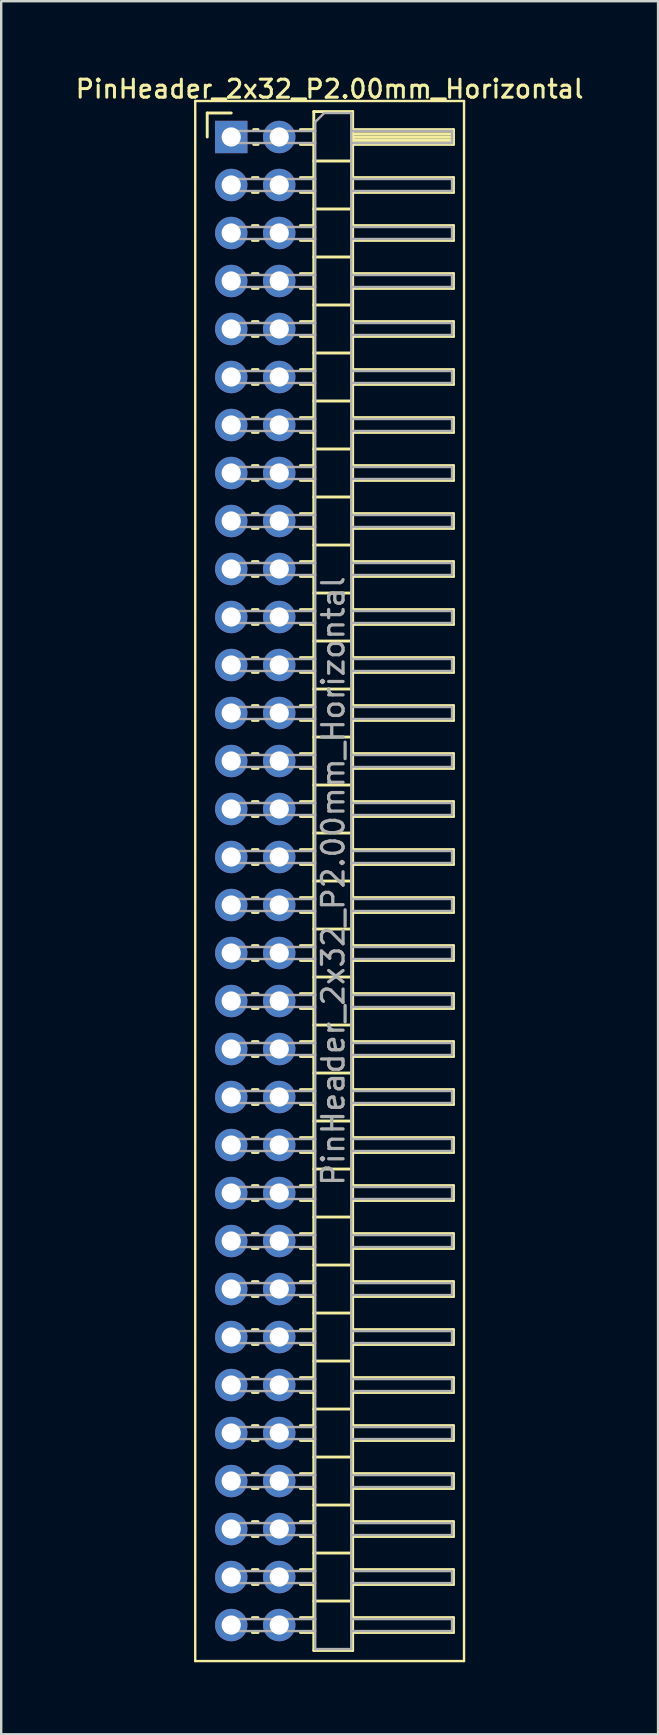
<source format=kicad_pcb>
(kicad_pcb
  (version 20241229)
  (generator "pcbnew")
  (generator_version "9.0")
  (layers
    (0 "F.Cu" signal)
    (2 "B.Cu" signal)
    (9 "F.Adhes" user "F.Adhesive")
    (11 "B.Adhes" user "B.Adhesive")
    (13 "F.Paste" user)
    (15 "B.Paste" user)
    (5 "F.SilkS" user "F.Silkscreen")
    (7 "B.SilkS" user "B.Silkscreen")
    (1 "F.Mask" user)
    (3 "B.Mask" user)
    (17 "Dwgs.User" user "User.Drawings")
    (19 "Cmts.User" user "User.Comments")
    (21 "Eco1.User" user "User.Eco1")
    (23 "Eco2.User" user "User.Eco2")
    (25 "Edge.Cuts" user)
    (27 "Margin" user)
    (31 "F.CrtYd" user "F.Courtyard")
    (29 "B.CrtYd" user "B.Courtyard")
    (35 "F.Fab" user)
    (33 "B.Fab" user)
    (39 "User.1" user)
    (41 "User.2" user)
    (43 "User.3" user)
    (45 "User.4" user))
  (footprint "PinHeader_2x32_P2.00mm_Horizontal"
    (layer "F.Cu")
    (at 6.584 2.658)
    (property "Reference" "PinHeader_2x32_P2.00mm_Horizontal" (at 4.1 -2 0) (layer "F.SilkS") (effects (font (size 0.75 0.75) (thickness 0.125))))
    (attr through_hole)
    (fp_line (start -1.5 -1.5) (end -1.5 63.5) (stroke (width 0.1) (type solid)) (layer "F.SilkS"))
    (fp_line (start -1.5 63.5) (end 9.7 63.5) (stroke (width 0.1) (type solid)) (layer "F.SilkS"))
    (fp_line (start -1 -1) (end 0 -1) (stroke (width 0.12) (type solid)) (layer "F.SilkS"))
    (fp_line (start -1 0) (end -1 -1) (stroke (width 0.12) (type solid)) (layer "F.SilkS"))
    (fp_line (start 0.882 1.69) (end 1.118 1.69) (stroke (width 0.12) (type solid)) (layer "F.SilkS"))
    (fp_line (start 0.882 2.31) (end 1.118 2.31) (stroke (width 0.12) (type solid)) (layer "F.SilkS"))
    (fp_line (start 0.882 3.69) (end 1.118 3.69) (stroke (width 0.12) (type solid)) (layer "F.SilkS"))
    (fp_line (start 0.882 4.31) (end 1.118 4.31) (stroke (width 0.12) (type solid)) (layer "F.SilkS"))
    (fp_line (start 0.882 5.69) (end 1.118 5.69) (stroke (width 0.12) (type solid)) (layer "F.SilkS"))
    (fp_line (start 0.882 6.31) (end 1.118 6.31) (stroke (width 0.12) (type solid)) (layer "F.SilkS"))
    (fp_line (start 0.882 7.69) (end 1.118 7.69) (stroke (width 0.12) (type solid)) (layer "F.SilkS"))
    (fp_line (start 0.882 8.31) (end 1.118 8.31) (stroke (width 0.12) (type solid)) (layer "F.SilkS"))
    (fp_line (start 0.882 9.69) (end 1.118 9.69) (stroke (width 0.12) (type solid)) (layer "F.SilkS"))
    (fp_line (start 0.882 10.31) (end 1.118 10.31) (stroke (width 0.12) (type solid)) (layer "F.SilkS"))
    (fp_line (start 0.882 11.69) (end 1.118 11.69) (stroke (width 0.12) (type solid)) (layer "F.SilkS"))
    (fp_line (start 0.882 12.31) (end 1.118 12.31) (stroke (width 0.12) (type solid)) (layer "F.SilkS"))
    (fp_line (start 0.882 13.69) (end 1.118 13.69) (stroke (width 0.12) (type solid)) (layer "F.SilkS"))
    (fp_line (start 0.882 14.31) (end 1.118 14.31) (stroke (width 0.12) (type solid)) (layer "F.SilkS"))
    (fp_line (start 0.882 15.69) (end 1.118 15.69) (stroke (width 0.12) (type solid)) (layer "F.SilkS"))
    (fp_line (start 0.882 16.31) (end 1.118 16.31) (stroke (width 0.12) (type solid)) (layer "F.SilkS"))
    (fp_line (start 0.882 17.69) (end 1.118 17.69) (stroke (width 0.12) (type solid)) (layer "F.SilkS"))
    (fp_line (start 0.882 18.31) (end 1.118 18.31) (stroke (width 0.12) (type solid)) (layer "F.SilkS"))
    (fp_line (start 0.882 19.69) (end 1.118 19.69) (stroke (width 0.12) (type solid)) (layer "F.SilkS"))
    (fp_line (start 0.882 20.31) (end 1.118 20.31) (stroke (width 0.12) (type solid)) (layer "F.SilkS"))
    (fp_line (start 0.882 21.69) (end 1.118 21.69) (stroke (width 0.12) (type solid)) (layer "F.SilkS"))
    (fp_line (start 0.882 22.31) (end 1.118 22.31) (stroke (width 0.12) (type solid)) (layer "F.SilkS"))
    (fp_line (start 0.882 23.69) (end 1.118 23.69) (stroke (width 0.12) (type solid)) (layer "F.SilkS"))
    (fp_line (start 0.882 24.31) (end 1.118 24.31) (stroke (width 0.12) (type solid)) (layer "F.SilkS"))
    (fp_line (start 0.882 25.69) (end 1.118 25.69) (stroke (width 0.12) (type solid)) (layer "F.SilkS"))
    (fp_line (start 0.882 26.31) (end 1.118 26.31) (stroke (width 0.12) (type solid)) (layer "F.SilkS"))
    (fp_line (start 0.882 27.69) (end 1.118 27.69) (stroke (width 0.12) (type solid)) (layer "F.SilkS"))
    (fp_line (start 0.882 28.31) (end 1.118 28.31) (stroke (width 0.12) (type solid)) (layer "F.SilkS"))
    (fp_line (start 0.882 29.69) (end 1.118 29.69) (stroke (width 0.12) (type solid)) (layer "F.SilkS"))
    (fp_line (start 0.882 30.31) (end 1.118 30.31) (stroke (width 0.12) (type solid)) (layer "F.SilkS"))
    (fp_line (start 0.882 31.69) (end 1.118 31.69) (stroke (width 0.12) (type solid)) (layer "F.SilkS"))
    (fp_line (start 0.882 32.31) (end 1.118 32.31) (stroke (width 0.12) (type solid)) (layer "F.SilkS"))
    (fp_line (start 0.882 33.69) (end 1.118 33.69) (stroke (width 0.12) (type solid)) (layer "F.SilkS"))
    (fp_line (start 0.882 34.31) (end 1.118 34.31) (stroke (width 0.12) (type solid)) (layer "F.SilkS"))
    (fp_line (start 0.882 35.69) (end 1.118 35.69) (stroke (width 0.12) (type solid)) (layer "F.SilkS"))
    (fp_line (start 0.882 36.31) (end 1.118 36.31) (stroke (width 0.12) (type solid)) (layer "F.SilkS"))
    (fp_line (start 0.882 37.69) (end 1.118 37.69) (stroke (width 0.12) (type solid)) (layer "F.SilkS"))
    (fp_line (start 0.882 38.31) (end 1.118 38.31) (stroke (width 0.12) (type solid)) (layer "F.SilkS"))
    (fp_line (start 0.882 39.69) (end 1.118 39.69) (stroke (width 0.12) (type solid)) (layer "F.SilkS"))
    (fp_line (start 0.882 40.31) (end 1.118 40.31) (stroke (width 0.12) (type solid)) (layer "F.SilkS"))
    (fp_line (start 0.882 41.69) (end 1.118 41.69) (stroke (width 0.12) (type solid)) (layer "F.SilkS"))
    (fp_line (start 0.882 42.31) (end 1.118 42.31) (stroke (width 0.12) (type solid)) (layer "F.SilkS"))
    (fp_line (start 0.882 43.69) (end 1.118 43.69) (stroke (width 0.12) (type solid)) (layer "F.SilkS"))
    (fp_line (start 0.882 44.31) (end 1.118 44.31) (stroke (width 0.12) (type solid)) (layer "F.SilkS"))
    (fp_line (start 0.882 45.69) (end 1.118 45.69) (stroke (width 0.12) (type solid)) (layer "F.SilkS"))
    (fp_line (start 0.882 46.31) (end 1.118 46.31) (stroke (width 0.12) (type solid)) (layer "F.SilkS"))
    (fp_line (start 0.882 47.69) (end 1.118 47.69) (stroke (width 0.12) (type solid)) (layer "F.SilkS"))
    (fp_line (start 0.882 48.31) (end 1.118 48.31) (stroke (width 0.12) (type solid)) (layer "F.SilkS"))
    (fp_line (start 0.882 49.69) (end 1.118 49.69) (stroke (width 0.12) (type solid)) (layer "F.SilkS"))
    (fp_line (start 0.882 50.31) (end 1.118 50.31) (stroke (width 0.12) (type solid)) (layer "F.SilkS"))
    (fp_line (start 0.882 51.69) (end 1.118 51.69) (stroke (width 0.12) (type solid)) (layer "F.SilkS"))
    (fp_line (start 0.882 52.31) (end 1.118 52.31) (stroke (width 0.12) (type solid)) (layer "F.SilkS"))
    (fp_line (start 0.882 53.69) (end 1.118 53.69) (stroke (width 0.12) (type solid)) (layer "F.SilkS"))
    (fp_line (start 0.882 54.31) (end 1.118 54.31) (stroke (width 0.12) (type solid)) (layer "F.SilkS"))
    (fp_line (start 0.882 55.69) (end 1.118 55.69) (stroke (width 0.12) (type solid)) (layer "F.SilkS"))
    (fp_line (start 0.882 56.31) (end 1.118 56.31) (stroke (width 0.12) (type solid)) (layer "F.SilkS"))
    (fp_line (start 0.882 57.69) (end 1.118 57.69) (stroke (width 0.12) (type solid)) (layer "F.SilkS"))
    (fp_line (start 0.882 58.31) (end 1.118 58.31) (stroke (width 0.12) (type solid)) (layer "F.SilkS"))
    (fp_line (start 0.882 59.69) (end 1.118 59.69) (stroke (width 0.12) (type solid)) (layer "F.SilkS"))
    (fp_line (start 0.882 60.31) (end 1.118 60.31) (stroke (width 0.12) (type solid)) (layer "F.SilkS"))
    (fp_line (start 0.882 61.69) (end 1.118 61.69) (stroke (width 0.12) (type solid)) (layer "F.SilkS"))
    (fp_line (start 0.882 62.31) (end 1.118 62.31) (stroke (width 0.12) (type solid)) (layer "F.SilkS"))
    (fp_line (start 0.935 -0.31) (end 1.118 -0.31) (stroke (width 0.12) (type solid)) (layer "F.SilkS"))
    (fp_line (start 0.935 0.31) (end 1.118 0.31) (stroke (width 0.12) (type solid)) (layer "F.SilkS"))
    (fp_line (start 2.882 -0.31) (end 3.44 -0.31) (stroke (width 0.12) (type solid)) (layer "F.SilkS"))
    (fp_line (start 2.882 0.31) (end 3.44 0.31) (stroke (width 0.12) (type solid)) (layer "F.SilkS"))
    (fp_line (start 2.882 1.69) (end 3.44 1.69) (stroke (width 0.12) (type solid)) (layer "F.SilkS"))
    (fp_line (start 2.882 2.31) (end 3.44 2.31) (stroke (width 0.12) (type solid)) (layer "F.SilkS"))
    (fp_line (start 2.882 3.69) (end 3.44 3.69) (stroke (width 0.12) (type solid)) (layer "F.SilkS"))
    (fp_line (start 2.882 4.31) (end 3.44 4.31) (stroke (width 0.12) (type solid)) (layer "F.SilkS"))
    (fp_line (start 2.882 5.69) (end 3.44 5.69) (stroke (width 0.12) (type solid)) (layer "F.SilkS"))
    (fp_line (start 2.882 6.31) (end 3.44 6.31) (stroke (width 0.12) (type solid)) (layer "F.SilkS"))
    (fp_line (start 2.882 7.69) (end 3.44 7.69) (stroke (width 0.12) (type solid)) (layer "F.SilkS"))
    (fp_line (start 2.882 8.31) (end 3.44 8.31) (stroke (width 0.12) (type solid)) (layer "F.SilkS"))
    (fp_line (start 2.882 9.69) (end 3.44 9.69) (stroke (width 0.12) (type solid)) (layer "F.SilkS"))
    (fp_line (start 2.882 10.31) (end 3.44 10.31) (stroke (width 0.12) (type solid)) (layer "F.SilkS"))
    (fp_line (start 2.882 11.69) (end 3.44 11.69) (stroke (width 0.12) (type solid)) (layer "F.SilkS"))
    (fp_line (start 2.882 12.31) (end 3.44 12.31) (stroke (width 0.12) (type solid)) (layer "F.SilkS"))
    (fp_line (start 2.882 13.69) (end 3.44 13.69) (stroke (width 0.12) (type solid)) (layer "F.SilkS"))
    (fp_line (start 2.882 14.31) (end 3.44 14.31) (stroke (width 0.12) (type solid)) (layer "F.SilkS"))
    (fp_line (start 2.882 15.69) (end 3.44 15.69) (stroke (width 0.12) (type solid)) (layer "F.SilkS"))
    (fp_line (start 2.882 16.31) (end 3.44 16.31) (stroke (width 0.12) (type solid)) (layer "F.SilkS"))
    (fp_line (start 2.882 17.69) (end 3.44 17.69) (stroke (width 0.12) (type solid)) (layer "F.SilkS"))
    (fp_line (start 2.882 18.31) (end 3.44 18.31) (stroke (width 0.12) (type solid)) (layer "F.SilkS"))
    (fp_line (start 2.882 19.69) (end 3.44 19.69) (stroke (width 0.12) (type solid)) (layer "F.SilkS"))
    (fp_line (start 2.882 20.31) (end 3.44 20.31) (stroke (width 0.12) (type solid)) (layer "F.SilkS"))
    (fp_line (start 2.882 21.69) (end 3.44 21.69) (stroke (width 0.12) (type solid)) (layer "F.SilkS"))
    (fp_line (start 2.882 22.31) (end 3.44 22.31) (stroke (width 0.12) (type solid)) (layer "F.SilkS"))
    (fp_line (start 2.882 23.69) (end 3.44 23.69) (stroke (width 0.12) (type solid)) (layer "F.SilkS"))
    (fp_line (start 2.882 24.31) (end 3.44 24.31) (stroke (width 0.12) (type solid)) (layer "F.SilkS"))
    (fp_line (start 2.882 25.69) (end 3.44 25.69) (stroke (width 0.12) (type solid)) (layer "F.SilkS"))
    (fp_line (start 2.882 26.31) (end 3.44 26.31) (stroke (width 0.12) (type solid)) (layer "F.SilkS"))
    (fp_line (start 2.882 27.69) (end 3.44 27.69) (stroke (width 0.12) (type solid)) (layer "F.SilkS"))
    (fp_line (start 2.882 28.31) (end 3.44 28.31) (stroke (width 0.12) (type solid)) (layer "F.SilkS"))
    (fp_line (start 2.882 29.69) (end 3.44 29.69) (stroke (width 0.12) (type solid)) (layer "F.SilkS"))
    (fp_line (start 2.882 30.31) (end 3.44 30.31) (stroke (width 0.12) (type solid)) (layer "F.SilkS"))
    (fp_line (start 2.882 31.69) (end 3.44 31.69) (stroke (width 0.12) (type solid)) (layer "F.SilkS"))
    (fp_line (start 2.882 32.31) (end 3.44 32.31) (stroke (width 0.12) (type solid)) (layer "F.SilkS"))
    (fp_line (start 2.882 33.69) (end 3.44 33.69) (stroke (width 0.12) (type solid)) (layer "F.SilkS"))
    (fp_line (start 2.882 34.31) (end 3.44 34.31) (stroke (width 0.12) (type solid)) (layer "F.SilkS"))
    (fp_line (start 2.882 35.69) (end 3.44 35.69) (stroke (width 0.12) (type solid)) (layer "F.SilkS"))
    (fp_line (start 2.882 36.31) (end 3.44 36.31) (stroke (width 0.12) (type solid)) (layer "F.SilkS"))
    (fp_line (start 2.882 37.69) (end 3.44 37.69) (stroke (width 0.12) (type solid)) (layer "F.SilkS"))
    (fp_line (start 2.882 38.31) (end 3.44 38.31) (stroke (width 0.12) (type solid)) (layer "F.SilkS"))
    (fp_line (start 2.882 39.69) (end 3.44 39.69) (stroke (width 0.12) (type solid)) (layer "F.SilkS"))
    (fp_line (start 2.882 40.31) (end 3.44 40.31) (stroke (width 0.12) (type solid)) (layer "F.SilkS"))
    (fp_line (start 2.882 41.69) (end 3.44 41.69) (stroke (width 0.12) (type solid)) (layer "F.SilkS"))
    (fp_line (start 2.882 42.31) (end 3.44 42.31) (stroke (width 0.12) (type solid)) (layer "F.SilkS"))
    (fp_line (start 2.882 43.69) (end 3.44 43.69) (stroke (width 0.12) (type solid)) (layer "F.SilkS"))
    (fp_line (start 2.882 44.31) (end 3.44 44.31) (stroke (width 0.12) (type solid)) (layer "F.SilkS"))
    (fp_line (start 2.882 45.69) (end 3.44 45.69) (stroke (width 0.12) (type solid)) (layer "F.SilkS"))
    (fp_line (start 2.882 46.31) (end 3.44 46.31) (stroke (width 0.12) (type solid)) (layer "F.SilkS"))
    (fp_line (start 2.882 47.69) (end 3.44 47.69) (stroke (width 0.12) (type solid)) (layer "F.SilkS"))
    (fp_line (start 2.882 48.31) (end 3.44 48.31) (stroke (width 0.12) (type solid)) (layer "F.SilkS"))
    (fp_line (start 2.882 49.69) (end 3.44 49.69) (stroke (width 0.12) (type solid)) (layer "F.SilkS"))
    (fp_line (start 2.882 50.31) (end 3.44 50.31) (stroke (width 0.12) (type solid)) (layer "F.SilkS"))
    (fp_line (start 2.882 51.69) (end 3.44 51.69) (stroke (width 0.12) (type solid)) (layer "F.SilkS"))
    (fp_line (start 2.882 52.31) (end 3.44 52.31) (stroke (width 0.12) (type solid)) (layer "F.SilkS"))
    (fp_line (start 2.882 53.69) (end 3.44 53.69) (stroke (width 0.12) (type solid)) (layer "F.SilkS"))
    (fp_line (start 2.882 54.31) (end 3.44 54.31) (stroke (width 0.12) (type solid)) (layer "F.SilkS"))
    (fp_line (start 2.882 55.69) (end 3.44 55.69) (stroke (width 0.12) (type solid)) (layer "F.SilkS"))
    (fp_line (start 2.882 56.31) (end 3.44 56.31) (stroke (width 0.12) (type solid)) (layer "F.SilkS"))
    (fp_line (start 2.882 57.69) (end 3.44 57.69) (stroke (width 0.12) (type solid)) (layer "F.SilkS"))
    (fp_line (start 2.882 58.31) (end 3.44 58.31) (stroke (width 0.12) (type solid)) (layer "F.SilkS"))
    (fp_line (start 2.882 59.69) (end 3.44 59.69) (stroke (width 0.12) (type solid)) (layer "F.SilkS"))
    (fp_line (start 2.882 60.31) (end 3.44 60.31) (stroke (width 0.12) (type solid)) (layer "F.SilkS"))
    (fp_line (start 2.882 61.69) (end 3.44 61.69) (stroke (width 0.12) (type solid)) (layer "F.SilkS"))
    (fp_line (start 2.882 62.31) (end 3.44 62.31) (stroke (width 0.12) (type solid)) (layer "F.SilkS"))
    (fp_line (start 3.44 -1.06) (end 3.44 63.06) (stroke (width 0.12) (type solid)) (layer "F.SilkS"))
    (fp_line (start 3.44 1) (end 5.06 1) (stroke (width 0.12) (type solid)) (layer "F.SilkS"))
    (fp_line (start 3.44 3) (end 5.06 3) (stroke (width 0.12) (type solid)) (layer "F.SilkS"))
    (fp_line (start 3.44 5) (end 5.06 5) (stroke (width 0.12) (type solid)) (layer "F.SilkS"))
    (fp_line (start 3.44 7) (end 5.06 7) (stroke (width 0.12) (type solid)) (layer "F.SilkS"))
    (fp_line (start 3.44 9) (end 5.06 9) (stroke (width 0.12) (type solid)) (layer "F.SilkS"))
    (fp_line (start 3.44 11) (end 5.06 11) (stroke (width 0.12) (type solid)) (layer "F.SilkS"))
    (fp_line (start 3.44 13) (end 5.06 13) (stroke (width 0.12) (type solid)) (layer "F.SilkS"))
    (fp_line (start 3.44 15) (end 5.06 15) (stroke (width 0.12) (type solid)) (layer "F.SilkS"))
    (fp_line (start 3.44 17) (end 5.06 17) (stroke (width 0.12) (type solid)) (layer "F.SilkS"))
    (fp_line (start 3.44 19) (end 5.06 19) (stroke (width 0.12) (type solid)) (layer "F.SilkS"))
    (fp_line (start 3.44 21) (end 5.06 21) (stroke (width 0.12) (type solid)) (layer "F.SilkS"))
    (fp_line (start 3.44 23) (end 5.06 23) (stroke (width 0.12) (type solid)) (layer "F.SilkS"))
    (fp_line (start 3.44 25) (end 5.06 25) (stroke (width 0.12) (type solid)) (layer "F.SilkS"))
    (fp_line (start 3.44 27) (end 5.06 27) (stroke (width 0.12) (type solid)) (layer "F.SilkS"))
    (fp_line (start 3.44 29) (end 5.06 29) (stroke (width 0.12) (type solid)) (layer "F.SilkS"))
    (fp_line (start 3.44 31) (end 5.06 31) (stroke (width 0.12) (type solid)) (layer "F.SilkS"))
    (fp_line (start 3.44 33) (end 5.06 33) (stroke (width 0.12) (type solid)) (layer "F.SilkS"))
    (fp_line (start 3.44 35) (end 5.06 35) (stroke (width 0.12) (type solid)) (layer "F.SilkS"))
    (fp_line (start 3.44 37) (end 5.06 37) (stroke (width 0.12) (type solid)) (layer "F.SilkS"))
    (fp_line (start 3.44 39) (end 5.06 39) (stroke (width 0.12) (type solid)) (layer "F.SilkS"))
    (fp_line (start 3.44 41) (end 5.06 41) (stroke (width 0.12) (type solid)) (layer "F.SilkS"))
    (fp_line (start 3.44 43) (end 5.06 43) (stroke (width 0.12) (type solid)) (layer "F.SilkS"))
    (fp_line (start 3.44 45) (end 5.06 45) (stroke (width 0.12) (type solid)) (layer "F.SilkS"))
    (fp_line (start 3.44 47) (end 5.06 47) (stroke (width 0.12) (type solid)) (layer "F.SilkS"))
    (fp_line (start 3.44 49) (end 5.06 49) (stroke (width 0.12) (type solid)) (layer "F.SilkS"))
    (fp_line (start 3.44 51) (end 5.06 51) (stroke (width 0.12) (type solid)) (layer "F.SilkS"))
    (fp_line (start 3.44 53) (end 5.06 53) (stroke (width 0.12) (type solid)) (layer "F.SilkS"))
    (fp_line (start 3.44 55) (end 5.06 55) (stroke (width 0.12) (type solid)) (layer "F.SilkS"))
    (fp_line (start 3.44 57) (end 5.06 57) (stroke (width 0.12) (type solid)) (layer "F.SilkS"))
    (fp_line (start 3.44 59) (end 5.06 59) (stroke (width 0.12) (type solid)) (layer "F.SilkS"))
    (fp_line (start 3.44 61) (end 5.06 61) (stroke (width 0.12) (type solid)) (layer "F.SilkS"))
    (fp_line (start 3.44 63.06) (end 5.06 63.06) (stroke (width 0.12) (type solid)) (layer "F.SilkS"))
    (fp_line (start 5.06 -1.06) (end 3.44 -1.06) (stroke (width 0.12) (type solid)) (layer "F.SilkS"))
    (fp_line (start 5.06 -0.31) (end 9.26 -0.31) (stroke (width 0.12) (type solid)) (layer "F.SilkS"))
    (fp_line (start 5.06 -0.25) (end 9.26 -0.25) (stroke (width 0.12) (type solid)) (layer "F.SilkS"))
    (fp_line (start 5.06 -0.13) (end 9.26 -0.13) (stroke (width 0.12) (type solid)) (layer "F.SilkS"))
    (fp_line (start 5.06 -0.01) (end 9.26 -0.01) (stroke (width 0.12) (type solid)) (layer "F.SilkS"))
    (fp_line (start 5.06 0.11) (end 9.26 0.11) (stroke (width 0.12) (type solid)) (layer "F.SilkS"))
    (fp_line (start 5.06 0.23) (end 9.26 0.23) (stroke (width 0.12) (type solid)) (layer "F.SilkS"))
    (fp_line (start 5.06 1.69) (end 9.26 1.69) (stroke (width 0.12) (type solid)) (layer "F.SilkS"))
    (fp_line (start 5.06 3.69) (end 9.26 3.69) (stroke (width 0.12) (type solid)) (layer "F.SilkS"))
    (fp_line (start 5.06 5.69) (end 9.26 5.69) (stroke (width 0.12) (type solid)) (layer "F.SilkS"))
    (fp_line (start 5.06 7.69) (end 9.26 7.69) (stroke (width 0.12) (type solid)) (layer "F.SilkS"))
    (fp_line (start 5.06 9.69) (end 9.26 9.69) (stroke (width 0.12) (type solid)) (layer "F.SilkS"))
    (fp_line (start 5.06 11.69) (end 9.26 11.69) (stroke (width 0.12) (type solid)) (layer "F.SilkS"))
    (fp_line (start 5.06 13.69) (end 9.26 13.69) (stroke (width 0.12) (type solid)) (layer "F.SilkS"))
    (fp_line (start 5.06 15.69) (end 9.26 15.69) (stroke (width 0.12) (type solid)) (layer "F.SilkS"))
    (fp_line (start 5.06 17.69) (end 9.26 17.69) (stroke (width 0.12) (type solid)) (layer "F.SilkS"))
    (fp_line (start 5.06 19.69) (end 9.26 19.69) (stroke (width 0.12) (type solid)) (layer "F.SilkS"))
    (fp_line (start 5.06 21.69) (end 9.26 21.69) (stroke (width 0.12) (type solid)) (layer "F.SilkS"))
    (fp_line (start 5.06 23.69) (end 9.26 23.69) (stroke (width 0.12) (type solid)) (layer "F.SilkS"))
    (fp_line (start 5.06 25.69) (end 9.26 25.69) (stroke (width 0.12) (type solid)) (layer "F.SilkS"))
    (fp_line (start 5.06 27.69) (end 9.26 27.69) (stroke (width 0.12) (type solid)) (layer "F.SilkS"))
    (fp_line (start 5.06 29.69) (end 9.26 29.69) (stroke (width 0.12) (type solid)) (layer "F.SilkS"))
    (fp_line (start 5.06 31.69) (end 9.26 31.69) (stroke (width 0.12) (type solid)) (layer "F.SilkS"))
    (fp_line (start 5.06 33.69) (end 9.26 33.69) (stroke (width 0.12) (type solid)) (layer "F.SilkS"))
    (fp_line (start 5.06 35.69) (end 9.26 35.69) (stroke (width 0.12) (type solid)) (layer "F.SilkS"))
    (fp_line (start 5.06 37.69) (end 9.26 37.69) (stroke (width 0.12) (type solid)) (layer "F.SilkS"))
    (fp_line (start 5.06 39.69) (end 9.26 39.69) (stroke (width 0.12) (type solid)) (layer "F.SilkS"))
    (fp_line (start 5.06 41.69) (end 9.26 41.69) (stroke (width 0.12) (type solid)) (layer "F.SilkS"))
    (fp_line (start 5.06 43.69) (end 9.26 43.69) (stroke (width 0.12) (type solid)) (layer "F.SilkS"))
    (fp_line (start 5.06 45.69) (end 9.26 45.69) (stroke (width 0.12) (type solid)) (layer "F.SilkS"))
    (fp_line (start 5.06 47.69) (end 9.26 47.69) (stroke (width 0.12) (type solid)) (layer "F.SilkS"))
    (fp_line (start 5.06 49.69) (end 9.26 49.69) (stroke (width 0.12) (type solid)) (layer "F.SilkS"))
    (fp_line (start 5.06 51.69) (end 9.26 51.69) (stroke (width 0.12) (type solid)) (layer "F.SilkS"))
    (fp_line (start 5.06 53.69) (end 9.26 53.69) (stroke (width 0.12) (type solid)) (layer "F.SilkS"))
    (fp_line (start 5.06 55.69) (end 9.26 55.69) (stroke (width 0.12) (type solid)) (layer "F.SilkS"))
    (fp_line (start 5.06 57.69) (end 9.26 57.69) (stroke (width 0.12) (type solid)) (layer "F.SilkS"))
    (fp_line (start 5.06 59.69) (end 9.26 59.69) (stroke (width 0.12) (type solid)) (layer "F.SilkS"))
    (fp_line (start 5.06 61.69) (end 9.26 61.69) (stroke (width 0.12) (type solid)) (layer "F.SilkS"))
    (fp_line (start 5.06 63.06) (end 5.06 -1.06) (stroke (width 0.12) (type solid)) (layer "F.SilkS"))
    (fp_line (start 9.26 -0.31) (end 9.26 0.31) (stroke (width 0.12) (type solid)) (layer "F.SilkS"))
    (fp_line (start 9.26 0.31) (end 5.06 0.31) (stroke (width 0.12) (type solid)) (layer "F.SilkS"))
    (fp_line (start 9.26 1.69) (end 9.26 2.31) (stroke (width 0.12) (type solid)) (layer "F.SilkS"))
    (fp_line (start 9.26 2.31) (end 5.06 2.31) (stroke (width 0.12) (type solid)) (layer "F.SilkS"))
    (fp_line (start 9.26 3.69) (end 9.26 4.31) (stroke (width 0.12) (type solid)) (layer "F.SilkS"))
    (fp_line (start 9.26 4.31) (end 5.06 4.31) (stroke (width 0.12) (type solid)) (layer "F.SilkS"))
    (fp_line (start 9.26 5.69) (end 9.26 6.31) (stroke (width 0.12) (type solid)) (layer "F.SilkS"))
    (fp_line (start 9.26 6.31) (end 5.06 6.31) (stroke (width 0.12) (type solid)) (layer "F.SilkS"))
    (fp_line (start 9.26 7.69) (end 9.26 8.31) (stroke (width 0.12) (type solid)) (layer "F.SilkS"))
    (fp_line (start 9.26 8.31) (end 5.06 8.31) (stroke (width 0.12) (type solid)) (layer "F.SilkS"))
    (fp_line (start 9.26 9.69) (end 9.26 10.31) (stroke (width 0.12) (type solid)) (layer "F.SilkS"))
    (fp_line (start 9.26 10.31) (end 5.06 10.31) (stroke (width 0.12) (type solid)) (layer "F.SilkS"))
    (fp_line (start 9.26 11.69) (end 9.26 12.31) (stroke (width 0.12) (type solid)) (layer "F.SilkS"))
    (fp_line (start 9.26 12.31) (end 5.06 12.31) (stroke (width 0.12) (type solid)) (layer "F.SilkS"))
    (fp_line (start 9.26 13.69) (end 9.26 14.31) (stroke (width 0.12) (type solid)) (layer "F.SilkS"))
    (fp_line (start 9.26 14.31) (end 5.06 14.31) (stroke (width 0.12) (type solid)) (layer "F.SilkS"))
    (fp_line (start 9.26 15.69) (end 9.26 16.31) (stroke (width 0.12) (type solid)) (layer "F.SilkS"))
    (fp_line (start 9.26 16.31) (end 5.06 16.31) (stroke (width 0.12) (type solid)) (layer "F.SilkS"))
    (fp_line (start 9.26 17.69) (end 9.26 18.31) (stroke (width 0.12) (type solid)) (layer "F.SilkS"))
    (fp_line (start 9.26 18.31) (end 5.06 18.31) (stroke (width 0.12) (type solid)) (layer "F.SilkS"))
    (fp_line (start 9.26 19.69) (end 9.26 20.31) (stroke (width 0.12) (type solid)) (layer "F.SilkS"))
    (fp_line (start 9.26 20.31) (end 5.06 20.31) (stroke (width 0.12) (type solid)) (layer "F.SilkS"))
    (fp_line (start 9.26 21.69) (end 9.26 22.31) (stroke (width 0.12) (type solid)) (layer "F.SilkS"))
    (fp_line (start 9.26 22.31) (end 5.06 22.31) (stroke (width 0.12) (type solid)) (layer "F.SilkS"))
    (fp_line (start 9.26 23.69) (end 9.26 24.31) (stroke (width 0.12) (type solid)) (layer "F.SilkS"))
    (fp_line (start 9.26 24.31) (end 5.06 24.31) (stroke (width 0.12) (type solid)) (layer "F.SilkS"))
    (fp_line (start 9.26 25.69) (end 9.26 26.31) (stroke (width 0.12) (type solid)) (layer "F.SilkS"))
    (fp_line (start 9.26 26.31) (end 5.06 26.31) (stroke (width 0.12) (type solid)) (layer "F.SilkS"))
    (fp_line (start 9.26 27.69) (end 9.26 28.31) (stroke (width 0.12) (type solid)) (layer "F.SilkS"))
    (fp_line (start 9.26 28.31) (end 5.06 28.31) (stroke (width 0.12) (type solid)) (layer "F.SilkS"))
    (fp_line (start 9.26 29.69) (end 9.26 30.31) (stroke (width 0.12) (type solid)) (layer "F.SilkS"))
    (fp_line (start 9.26 30.31) (end 5.06 30.31) (stroke (width 0.12) (type solid)) (layer "F.SilkS"))
    (fp_line (start 9.26 31.69) (end 9.26 32.31) (stroke (width 0.12) (type solid)) (layer "F.SilkS"))
    (fp_line (start 9.26 32.31) (end 5.06 32.31) (stroke (width 0.12) (type solid)) (layer "F.SilkS"))
    (fp_line (start 9.26 33.69) (end 9.26 34.31) (stroke (width 0.12) (type solid)) (layer "F.SilkS"))
    (fp_line (start 9.26 34.31) (end 5.06 34.31) (stroke (width 0.12) (type solid)) (layer "F.SilkS"))
    (fp_line (start 9.26 35.69) (end 9.26 36.31) (stroke (width 0.12) (type solid)) (layer "F.SilkS"))
    (fp_line (start 9.26 36.31) (end 5.06 36.31) (stroke (width 0.12) (type solid)) (layer "F.SilkS"))
    (fp_line (start 9.26 37.69) (end 9.26 38.31) (stroke (width 0.12) (type solid)) (layer "F.SilkS"))
    (fp_line (start 9.26 38.31) (end 5.06 38.31) (stroke (width 0.12) (type solid)) (layer "F.SilkS"))
    (fp_line (start 9.26 39.69) (end 9.26 40.31) (stroke (width 0.12) (type solid)) (layer "F.SilkS"))
    (fp_line (start 9.26 40.31) (end 5.06 40.31) (stroke (width 0.12) (type solid)) (layer "F.SilkS"))
    (fp_line (start 9.26 41.69) (end 9.26 42.31) (stroke (width 0.12) (type solid)) (layer "F.SilkS"))
    (fp_line (start 9.26 42.31) (end 5.06 42.31) (stroke (width 0.12) (type solid)) (layer "F.SilkS"))
    (fp_line (start 9.26 43.69) (end 9.26 44.31) (stroke (width 0.12) (type solid)) (layer "F.SilkS"))
    (fp_line (start 9.26 44.31) (end 5.06 44.31) (stroke (width 0.12) (type solid)) (layer "F.SilkS"))
    (fp_line (start 9.26 45.69) (end 9.26 46.31) (stroke (width 0.12) (type solid)) (layer "F.SilkS"))
    (fp_line (start 9.26 46.31) (end 5.06 46.31) (stroke (width 0.12) (type solid)) (layer "F.SilkS"))
    (fp_line (start 9.26 47.69) (end 9.26 48.31) (stroke (width 0.12) (type solid)) (layer "F.SilkS"))
    (fp_line (start 9.26 48.31) (end 5.06 48.31) (stroke (width 0.12) (type solid)) (layer "F.SilkS"))
    (fp_line (start 9.26 49.69) (end 9.26 50.31) (stroke (width 0.12) (type solid)) (layer "F.SilkS"))
    (fp_line (start 9.26 50.31) (end 5.06 50.31) (stroke (width 0.12) (type solid)) (layer "F.SilkS"))
    (fp_line (start 9.26 51.69) (end 9.26 52.31) (stroke (width 0.12) (type solid)) (layer "F.SilkS"))
    (fp_line (start 9.26 52.31) (end 5.06 52.31) (stroke (width 0.12) (type solid)) (layer "F.SilkS"))
    (fp_line (start 9.26 53.69) (end 9.26 54.31) (stroke (width 0.12) (type solid)) (layer "F.SilkS"))
    (fp_line (start 9.26 54.31) (end 5.06 54.31) (stroke (width 0.12) (type solid)) (layer "F.SilkS"))
    (fp_line (start 9.26 55.69) (end 9.26 56.31) (stroke (width 0.12) (type solid)) (layer "F.SilkS"))
    (fp_line (start 9.26 56.31) (end 5.06 56.31) (stroke (width 0.12) (type solid)) (layer "F.SilkS"))
    (fp_line (start 9.26 57.69) (end 9.26 58.31) (stroke (width 0.12) (type solid)) (layer "F.SilkS"))
    (fp_line (start 9.26 58.31) (end 5.06 58.31) (stroke (width 0.12) (type solid)) (layer "F.SilkS"))
    (fp_line (start 9.26 59.69) (end 9.26 60.31) (stroke (width 0.12) (type solid)) (layer "F.SilkS"))
    (fp_line (start 9.26 60.31) (end 5.06 60.31) (stroke (width 0.12) (type solid)) (layer "F.SilkS"))
    (fp_line (start 9.26 61.69) (end 9.26 62.31) (stroke (width 0.12) (type solid)) (layer "F.SilkS"))
    (fp_line (start 9.26 62.31) (end 5.06 62.31) (stroke (width 0.12) (type solid)) (layer "F.SilkS"))
    (fp_line (start 9.7 -1.5) (end -1.5 -1.5) (stroke (width 0.1) (type solid)) (layer "F.SilkS"))
    (fp_line (start 9.7 63.5) (end 9.7 -1.5) (stroke (width 0.1) (type solid)) (layer "F.SilkS"))
    (fp_line (start -0.25 -0.25) (end -0.25 0.25) (stroke (width 0.1) (type solid)) (layer "F.Fab"))
    (fp_line (start -0.25 -0.25) (end 3.5 -0.25) (stroke (width 0.1) (type solid)) (layer "F.Fab"))
    (fp_line (start -0.25 0.25) (end 3.5 0.25) (stroke (width 0.1) (type solid)) (layer "F.Fab"))
    (fp_line (start -0.25 1.75) (end -0.25 2.25) (stroke (width 0.1) (type solid)) (layer "F.Fab"))
    (fp_line (start -0.25 1.75) (end 3.5 1.75) (stroke (width 0.1) (type solid)) (layer "F.Fab"))
    (fp_line (start -0.25 2.25) (end 3.5 2.25) (stroke (width 0.1) (type solid)) (layer "F.Fab"))
    (fp_line (start -0.25 3.75) (end -0.25 4.25) (stroke (width 0.1) (type solid)) (layer "F.Fab"))
    (fp_line (start -0.25 3.75) (end 3.5 3.75) (stroke (width 0.1) (type solid)) (layer "F.Fab"))
    (fp_line (start -0.25 4.25) (end 3.5 4.25) (stroke (width 0.1) (type solid)) (layer "F.Fab"))
    (fp_line (start -0.25 5.75) (end -0.25 6.25) (stroke (width 0.1) (type solid)) (layer "F.Fab"))
    (fp_line (start -0.25 5.75) (end 3.5 5.75) (stroke (width 0.1) (type solid)) (layer "F.Fab"))
    (fp_line (start -0.25 6.25) (end 3.5 6.25) (stroke (width 0.1) (type solid)) (layer "F.Fab"))
    (fp_line (start -0.25 7.75) (end -0.25 8.25) (stroke (width 0.1) (type solid)) (layer "F.Fab"))
    (fp_line (start -0.25 7.75) (end 3.5 7.75) (stroke (width 0.1) (type solid)) (layer "F.Fab"))
    (fp_line (start -0.25 8.25) (end 3.5 8.25) (stroke (width 0.1) (type solid)) (layer "F.Fab"))
    (fp_line (start -0.25 9.75) (end -0.25 10.25) (stroke (width 0.1) (type solid)) (layer "F.Fab"))
    (fp_line (start -0.25 9.75) (end 3.5 9.75) (stroke (width 0.1) (type solid)) (layer "F.Fab"))
    (fp_line (start -0.25 10.25) (end 3.5 10.25) (stroke (width 0.1) (type solid)) (layer "F.Fab"))
    (fp_line (start -0.25 11.75) (end -0.25 12.25) (stroke (width 0.1) (type solid)) (layer "F.Fab"))
    (fp_line (start -0.25 11.75) (end 3.5 11.75) (stroke (width 0.1) (type solid)) (layer "F.Fab"))
    (fp_line (start -0.25 12.25) (end 3.5 12.25) (stroke (width 0.1) (type solid)) (layer "F.Fab"))
    (fp_line (start -0.25 13.75) (end -0.25 14.25) (stroke (width 0.1) (type solid)) (layer "F.Fab"))
    (fp_line (start -0.25 13.75) (end 3.5 13.75) (stroke (width 0.1) (type solid)) (layer "F.Fab"))
    (fp_line (start -0.25 14.25) (end 3.5 14.25) (stroke (width 0.1) (type solid)) (layer "F.Fab"))
    (fp_line (start -0.25 15.75) (end -0.25 16.25) (stroke (width 0.1) (type solid)) (layer "F.Fab"))
    (fp_line (start -0.25 15.75) (end 3.5 15.75) (stroke (width 0.1) (type solid)) (layer "F.Fab"))
    (fp_line (start -0.25 16.25) (end 3.5 16.25) (stroke (width 0.1) (type solid)) (layer "F.Fab"))
    (fp_line (start -0.25 17.75) (end -0.25 18.25) (stroke (width 0.1) (type solid)) (layer "F.Fab"))
    (fp_line (start -0.25 17.75) (end 3.5 17.75) (stroke (width 0.1) (type solid)) (layer "F.Fab"))
    (fp_line (start -0.25 18.25) (end 3.5 18.25) (stroke (width 0.1) (type solid)) (layer "F.Fab"))
    (fp_line (start -0.25 19.75) (end -0.25 20.25) (stroke (width 0.1) (type solid)) (layer "F.Fab"))
    (fp_line (start -0.25 19.75) (end 3.5 19.75) (stroke (width 0.1) (type solid)) (layer "F.Fab"))
    (fp_line (start -0.25 20.25) (end 3.5 20.25) (stroke (width 0.1) (type solid)) (layer "F.Fab"))
    (fp_line (start -0.25 21.75) (end -0.25 22.25) (stroke (width 0.1) (type solid)) (layer "F.Fab"))
    (fp_line (start -0.25 21.75) (end 3.5 21.75) (stroke (width 0.1) (type solid)) (layer "F.Fab"))
    (fp_line (start -0.25 22.25) (end 3.5 22.25) (stroke (width 0.1) (type solid)) (layer "F.Fab"))
    (fp_line (start -0.25 23.75) (end -0.25 24.25) (stroke (width 0.1) (type solid)) (layer "F.Fab"))
    (fp_line (start -0.25 23.75) (end 3.5 23.75) (stroke (width 0.1) (type solid)) (layer "F.Fab"))
    (fp_line (start -0.25 24.25) (end 3.5 24.25) (stroke (width 0.1) (type solid)) (layer "F.Fab"))
    (fp_line (start -0.25 25.75) (end -0.25 26.25) (stroke (width 0.1) (type solid)) (layer "F.Fab"))
    (fp_line (start -0.25 25.75) (end 3.5 25.75) (stroke (width 0.1) (type solid)) (layer "F.Fab"))
    (fp_line (start -0.25 26.25) (end 3.5 26.25) (stroke (width 0.1) (type solid)) (layer "F.Fab"))
    (fp_line (start -0.25 27.75) (end -0.25 28.25) (stroke (width 0.1) (type solid)) (layer "F.Fab"))
    (fp_line (start -0.25 27.75) (end 3.5 27.75) (stroke (width 0.1) (type solid)) (layer "F.Fab"))
    (fp_line (start -0.25 28.25) (end 3.5 28.25) (stroke (width 0.1) (type solid)) (layer "F.Fab"))
    (fp_line (start -0.25 29.75) (end -0.25 30.25) (stroke (width 0.1) (type solid)) (layer "F.Fab"))
    (fp_line (start -0.25 29.75) (end 3.5 29.75) (stroke (width 0.1) (type solid)) (layer "F.Fab"))
    (fp_line (start -0.25 30.25) (end 3.5 30.25) (stroke (width 0.1) (type solid)) (layer "F.Fab"))
    (fp_line (start -0.25 31.75) (end -0.25 32.25) (stroke (width 0.1) (type solid)) (layer "F.Fab"))
    (fp_line (start -0.25 31.75) (end 3.5 31.75) (stroke (width 0.1) (type solid)) (layer "F.Fab"))
    (fp_line (start -0.25 32.25) (end 3.5 32.25) (stroke (width 0.1) (type solid)) (layer "F.Fab"))
    (fp_line (start -0.25 33.75) (end -0.25 34.25) (stroke (width 0.1) (type solid)) (layer "F.Fab"))
    (fp_line (start -0.25 33.75) (end 3.5 33.75) (stroke (width 0.1) (type solid)) (layer "F.Fab"))
    (fp_line (start -0.25 34.25) (end 3.5 34.25) (stroke (width 0.1) (type solid)) (layer "F.Fab"))
    (fp_line (start -0.25 35.75) (end -0.25 36.25) (stroke (width 0.1) (type solid)) (layer "F.Fab"))
    (fp_line (start -0.25 35.75) (end 3.5 35.75) (stroke (width 0.1) (type solid)) (layer "F.Fab"))
    (fp_line (start -0.25 36.25) (end 3.5 36.25) (stroke (width 0.1) (type solid)) (layer "F.Fab"))
    (fp_line (start -0.25 37.75) (end -0.25 38.25) (stroke (width 0.1) (type solid)) (layer "F.Fab"))
    (fp_line (start -0.25 37.75) (end 3.5 37.75) (stroke (width 0.1) (type solid)) (layer "F.Fab"))
    (fp_line (start -0.25 38.25) (end 3.5 38.25) (stroke (width 0.1) (type solid)) (layer "F.Fab"))
    (fp_line (start -0.25 39.75) (end -0.25 40.25) (stroke (width 0.1) (type solid)) (layer "F.Fab"))
    (fp_line (start -0.25 39.75) (end 3.5 39.75) (stroke (width 0.1) (type solid)) (layer "F.Fab"))
    (fp_line (start -0.25 40.25) (end 3.5 40.25) (stroke (width 0.1) (type solid)) (layer "F.Fab"))
    (fp_line (start -0.25 41.75) (end -0.25 42.25) (stroke (width 0.1) (type solid)) (layer "F.Fab"))
    (fp_line (start -0.25 41.75) (end 3.5 41.75) (stroke (width 0.1) (type solid)) (layer "F.Fab"))
    (fp_line (start -0.25 42.25) (end 3.5 42.25) (stroke (width 0.1) (type solid)) (layer "F.Fab"))
    (fp_line (start -0.25 43.75) (end -0.25 44.25) (stroke (width 0.1) (type solid)) (layer "F.Fab"))
    (fp_line (start -0.25 43.75) (end 3.5 43.75) (stroke (width 0.1) (type solid)) (layer "F.Fab"))
    (fp_line (start -0.25 44.25) (end 3.5 44.25) (stroke (width 0.1) (type solid)) (layer "F.Fab"))
    (fp_line (start -0.25 45.75) (end -0.25 46.25) (stroke (width 0.1) (type solid)) (layer "F.Fab"))
    (fp_line (start -0.25 45.75) (end 3.5 45.75) (stroke (width 0.1) (type solid)) (layer "F.Fab"))
    (fp_line (start -0.25 46.25) (end 3.5 46.25) (stroke (width 0.1) (type solid)) (layer "F.Fab"))
    (fp_line (start -0.25 47.75) (end -0.25 48.25) (stroke (width 0.1) (type solid)) (layer "F.Fab"))
    (fp_line (start -0.25 47.75) (end 3.5 47.75) (stroke (width 0.1) (type solid)) (layer "F.Fab"))
    (fp_line (start -0.25 48.25) (end 3.5 48.25) (stroke (width 0.1) (type solid)) (layer "F.Fab"))
    (fp_line (start -0.25 49.75) (end -0.25 50.25) (stroke (width 0.1) (type solid)) (layer "F.Fab"))
    (fp_line (start -0.25 49.75) (end 3.5 49.75) (stroke (width 0.1) (type solid)) (layer "F.Fab"))
    (fp_line (start -0.25 50.25) (end 3.5 50.25) (stroke (width 0.1) (type solid)) (layer "F.Fab"))
    (fp_line (start -0.25 51.75) (end -0.25 52.25) (stroke (width 0.1) (type solid)) (layer "F.Fab"))
    (fp_line (start -0.25 51.75) (end 3.5 51.75) (stroke (width 0.1) (type solid)) (layer "F.Fab"))
    (fp_line (start -0.25 52.25) (end 3.5 52.25) (stroke (width 0.1) (type solid)) (layer "F.Fab"))
    (fp_line (start -0.25 53.75) (end -0.25 54.25) (stroke (width 0.1) (type solid)) (layer "F.Fab"))
    (fp_line (start -0.25 53.75) (end 3.5 53.75) (stroke (width 0.1) (type solid)) (layer "F.Fab"))
    (fp_line (start -0.25 54.25) (end 3.5 54.25) (stroke (width 0.1) (type solid)) (layer "F.Fab"))
    (fp_line (start -0.25 55.75) (end -0.25 56.25) (stroke (width 0.1) (type solid)) (layer "F.Fab"))
    (fp_line (start -0.25 55.75) (end 3.5 55.75) (stroke (width 0.1) (type solid)) (layer "F.Fab"))
    (fp_line (start -0.25 56.25) (end 3.5 56.25) (stroke (width 0.1) (type solid)) (layer "F.Fab"))
    (fp_line (start -0.25 57.75) (end -0.25 58.25) (stroke (width 0.1) (type solid)) (layer "F.Fab"))
    (fp_line (start -0.25 57.75) (end 3.5 57.75) (stroke (width 0.1) (type solid)) (layer "F.Fab"))
    (fp_line (start -0.25 58.25) (end 3.5 58.25) (stroke (width 0.1) (type solid)) (layer "F.Fab"))
    (fp_line (start -0.25 59.75) (end -0.25 60.25) (stroke (width 0.1) (type solid)) (layer "F.Fab"))
    (fp_line (start -0.25 59.75) (end 3.5 59.75) (stroke (width 0.1) (type solid)) (layer "F.Fab"))
    (fp_line (start -0.25 60.25) (end 3.5 60.25) (stroke (width 0.1) (type solid)) (layer "F.Fab"))
    (fp_line (start -0.25 61.75) (end -0.25 62.25) (stroke (width 0.1) (type solid)) (layer "F.Fab"))
    (fp_line (start -0.25 61.75) (end 3.5 61.75) (stroke (width 0.1) (type solid)) (layer "F.Fab"))
    (fp_line (start -0.25 62.25) (end 3.5 62.25) (stroke (width 0.1) (type solid)) (layer "F.Fab"))
    (fp_line (start 3.5 -0.625) (end 3.875 -1) (stroke (width 0.1) (type solid)) (layer "F.Fab"))
    (fp_line (start 3.5 63) (end 3.5 -0.625) (stroke (width 0.1) (type solid)) (layer "F.Fab"))
    (fp_line (start 3.875 -1) (end 5 -1) (stroke (width 0.1) (type solid)) (layer "F.Fab"))
    (fp_line (start 5 -1) (end 5 63) (stroke (width 0.1) (type solid)) (layer "F.Fab"))
    (fp_line (start 5 -0.25) (end 9.2 -0.25) (stroke (width 0.1) (type solid)) (layer "F.Fab"))
    (fp_line (start 5 0.25) (end 9.2 0.25) (stroke (width 0.1) (type solid)) (layer "F.Fab"))
    (fp_line (start 5 1.75) (end 9.2 1.75) (stroke (width 0.1) (type solid)) (layer "F.Fab"))
    (fp_line (start 5 2.25) (end 9.2 2.25) (stroke (width 0.1) (type solid)) (layer "F.Fab"))
    (fp_line (start 5 3.75) (end 9.2 3.75) (stroke (width 0.1) (type solid)) (layer "F.Fab"))
    (fp_line (start 5 4.25) (end 9.2 4.25) (stroke (width 0.1) (type solid)) (layer "F.Fab"))
    (fp_line (start 5 5.75) (end 9.2 5.75) (stroke (width 0.1) (type solid)) (layer "F.Fab"))
    (fp_line (start 5 6.25) (end 9.2 6.25) (stroke (width 0.1) (type solid)) (layer "F.Fab"))
    (fp_line (start 5 7.75) (end 9.2 7.75) (stroke (width 0.1) (type solid)) (layer "F.Fab"))
    (fp_line (start 5 8.25) (end 9.2 8.25) (stroke (width 0.1) (type solid)) (layer "F.Fab"))
    (fp_line (start 5 9.75) (end 9.2 9.75) (stroke (width 0.1) (type solid)) (layer "F.Fab"))
    (fp_line (start 5 10.25) (end 9.2 10.25) (stroke (width 0.1) (type solid)) (layer "F.Fab"))
    (fp_line (start 5 11.75) (end 9.2 11.75) (stroke (width 0.1) (type solid)) (layer "F.Fab"))
    (fp_line (start 5 12.25) (end 9.2 12.25) (stroke (width 0.1) (type solid)) (layer "F.Fab"))
    (fp_line (start 5 13.75) (end 9.2 13.75) (stroke (width 0.1) (type solid)) (layer "F.Fab"))
    (fp_line (start 5 14.25) (end 9.2 14.25) (stroke (width 0.1) (type solid)) (layer "F.Fab"))
    (fp_line (start 5 15.75) (end 9.2 15.75) (stroke (width 0.1) (type solid)) (layer "F.Fab"))
    (fp_line (start 5 16.25) (end 9.2 16.25) (stroke (width 0.1) (type solid)) (layer "F.Fab"))
    (fp_line (start 5 17.75) (end 9.2 17.75) (stroke (width 0.1) (type solid)) (layer "F.Fab"))
    (fp_line (start 5 18.25) (end 9.2 18.25) (stroke (width 0.1) (type solid)) (layer "F.Fab"))
    (fp_line (start 5 19.75) (end 9.2 19.75) (stroke (width 0.1) (type solid)) (layer "F.Fab"))
    (fp_line (start 5 20.25) (end 9.2 20.25) (stroke (width 0.1) (type solid)) (layer "F.Fab"))
    (fp_line (start 5 21.75) (end 9.2 21.75) (stroke (width 0.1) (type solid)) (layer "F.Fab"))
    (fp_line (start 5 22.25) (end 9.2 22.25) (stroke (width 0.1) (type solid)) (layer "F.Fab"))
    (fp_line (start 5 23.75) (end 9.2 23.75) (stroke (width 0.1) (type solid)) (layer "F.Fab"))
    (fp_line (start 5 24.25) (end 9.2 24.25) (stroke (width 0.1) (type solid)) (layer "F.Fab"))
    (fp_line (start 5 25.75) (end 9.2 25.75) (stroke (width 0.1) (type solid)) (layer "F.Fab"))
    (fp_line (start 5 26.25) (end 9.2 26.25) (stroke (width 0.1) (type solid)) (layer "F.Fab"))
    (fp_line (start 5 27.75) (end 9.2 27.75) (stroke (width 0.1) (type solid)) (layer "F.Fab"))
    (fp_line (start 5 28.25) (end 9.2 28.25) (stroke (width 0.1) (type solid)) (layer "F.Fab"))
    (fp_line (start 5 29.75) (end 9.2 29.75) (stroke (width 0.1) (type solid)) (layer "F.Fab"))
    (fp_line (start 5 30.25) (end 9.2 30.25) (stroke (width 0.1) (type solid)) (layer "F.Fab"))
    (fp_line (start 5 31.75) (end 9.2 31.75) (stroke (width 0.1) (type solid)) (layer "F.Fab"))
    (fp_line (start 5 32.25) (end 9.2 32.25) (stroke (width 0.1) (type solid)) (layer "F.Fab"))
    (fp_line (start 5 33.75) (end 9.2 33.75) (stroke (width 0.1) (type solid)) (layer "F.Fab"))
    (fp_line (start 5 34.25) (end 9.2 34.25) (stroke (width 0.1) (type solid)) (layer "F.Fab"))
    (fp_line (start 5 35.75) (end 9.2 35.75) (stroke (width 0.1) (type solid)) (layer "F.Fab"))
    (fp_line (start 5 36.25) (end 9.2 36.25) (stroke (width 0.1) (type solid)) (layer "F.Fab"))
    (fp_line (start 5 37.75) (end 9.2 37.75) (stroke (width 0.1) (type solid)) (layer "F.Fab"))
    (fp_line (start 5 38.25) (end 9.2 38.25) (stroke (width 0.1) (type solid)) (layer "F.Fab"))
    (fp_line (start 5 39.75) (end 9.2 39.75) (stroke (width 0.1) (type solid)) (layer "F.Fab"))
    (fp_line (start 5 40.25) (end 9.2 40.25) (stroke (width 0.1) (type solid)) (layer "F.Fab"))
    (fp_line (start 5 41.75) (end 9.2 41.75) (stroke (width 0.1) (type solid)) (layer "F.Fab"))
    (fp_line (start 5 42.25) (end 9.2 42.25) (stroke (width 0.1) (type solid)) (layer "F.Fab"))
    (fp_line (start 5 43.75) (end 9.2 43.75) (stroke (width 0.1) (type solid)) (layer "F.Fab"))
    (fp_line (start 5 44.25) (end 9.2 44.25) (stroke (width 0.1) (type solid)) (layer "F.Fab"))
    (fp_line (start 5 45.75) (end 9.2 45.75) (stroke (width 0.1) (type solid)) (layer "F.Fab"))
    (fp_line (start 5 46.25) (end 9.2 46.25) (stroke (width 0.1) (type solid)) (layer "F.Fab"))
    (fp_line (start 5 47.75) (end 9.2 47.75) (stroke (width 0.1) (type solid)) (layer "F.Fab"))
    (fp_line (start 5 48.25) (end 9.2 48.25) (stroke (width 0.1) (type solid)) (layer "F.Fab"))
    (fp_line (start 5 49.75) (end 9.2 49.75) (stroke (width 0.1) (type solid)) (layer "F.Fab"))
    (fp_line (start 5 50.25) (end 9.2 50.25) (stroke (width 0.1) (type solid)) (layer "F.Fab"))
    (fp_line (start 5 51.75) (end 9.2 51.75) (stroke (width 0.1) (type solid)) (layer "F.Fab"))
    (fp_line (start 5 52.25) (end 9.2 52.25) (stroke (width 0.1) (type solid)) (layer "F.Fab"))
    (fp_line (start 5 53.75) (end 9.2 53.75) (stroke (width 0.1) (type solid)) (layer "F.Fab"))
    (fp_line (start 5 54.25) (end 9.2 54.25) (stroke (width 0.1) (type solid)) (layer "F.Fab"))
    (fp_line (start 5 55.75) (end 9.2 55.75) (stroke (width 0.1) (type solid)) (layer "F.Fab"))
    (fp_line (start 5 56.25) (end 9.2 56.25) (stroke (width 0.1) (type solid)) (layer "F.Fab"))
    (fp_line (start 5 57.75) (end 9.2 57.75) (stroke (width 0.1) (type solid)) (layer "F.Fab"))
    (fp_line (start 5 58.25) (end 9.2 58.25) (stroke (width 0.1) (type solid)) (layer "F.Fab"))
    (fp_line (start 5 59.75) (end 9.2 59.75) (stroke (width 0.1) (type solid)) (layer "F.Fab"))
    (fp_line (start 5 60.25) (end 9.2 60.25) (stroke (width 0.1) (type solid)) (layer "F.Fab"))
    (fp_line (start 5 61.75) (end 9.2 61.75) (stroke (width 0.1) (type solid)) (layer "F.Fab"))
    (fp_line (start 5 62.25) (end 9.2 62.25) (stroke (width 0.1) (type solid)) (layer "F.Fab"))
    (fp_line (start 5 63) (end 3.5 63) (stroke (width 0.1) (type solid)) (layer "F.Fab"))
    (fp_line (start 9.2 -0.25) (end 9.2 0.25) (stroke (width 0.1) (type solid)) (layer "F.Fab"))
    (fp_line (start 9.2 1.75) (end 9.2 2.25) (stroke (width 0.1) (type solid)) (layer "F.Fab"))
    (fp_line (start 9.2 3.75) (end 9.2 4.25) (stroke (width 0.1) (type solid)) (layer "F.Fab"))
    (fp_line (start 9.2 5.75) (end 9.2 6.25) (stroke (width 0.1) (type solid)) (layer "F.Fab"))
    (fp_line (start 9.2 7.75) (end 9.2 8.25) (stroke (width 0.1) (type solid)) (layer "F.Fab"))
    (fp_line (start 9.2 9.75) (end 9.2 10.25) (stroke (width 0.1) (type solid)) (layer "F.Fab"))
    (fp_line (start 9.2 11.75) (end 9.2 12.25) (stroke (width 0.1) (type solid)) (layer "F.Fab"))
    (fp_line (start 9.2 13.75) (end 9.2 14.25) (stroke (width 0.1) (type solid)) (layer "F.Fab"))
    (fp_line (start 9.2 15.75) (end 9.2 16.25) (stroke (width 0.1) (type solid)) (layer "F.Fab"))
    (fp_line (start 9.2 17.75) (end 9.2 18.25) (stroke (width 0.1) (type solid)) (layer "F.Fab"))
    (fp_line (start 9.2 19.75) (end 9.2 20.25) (stroke (width 0.1) (type solid)) (layer "F.Fab"))
    (fp_line (start 9.2 21.75) (end 9.2 22.25) (stroke (width 0.1) (type solid)) (layer "F.Fab"))
    (fp_line (start 9.2 23.75) (end 9.2 24.25) (stroke (width 0.1) (type solid)) (layer "F.Fab"))
    (fp_line (start 9.2 25.75) (end 9.2 26.25) (stroke (width 0.1) (type solid)) (layer "F.Fab"))
    (fp_line (start 9.2 27.75) (end 9.2 28.25) (stroke (width 0.1) (type solid)) (layer "F.Fab"))
    (fp_line (start 9.2 29.75) (end 9.2 30.25) (stroke (width 0.1) (type solid)) (layer "F.Fab"))
    (fp_line (start 9.2 31.75) (end 9.2 32.25) (stroke (width 0.1) (type solid)) (layer "F.Fab"))
    (fp_line (start 9.2 33.75) (end 9.2 34.25) (stroke (width 0.1) (type solid)) (layer "F.Fab"))
    (fp_line (start 9.2 35.75) (end 9.2 36.25) (stroke (width 0.1) (type solid)) (layer "F.Fab"))
    (fp_line (start 9.2 37.75) (end 9.2 38.25) (stroke (width 0.1) (type solid)) (layer "F.Fab"))
    (fp_line (start 9.2 39.75) (end 9.2 40.25) (stroke (width 0.1) (type solid)) (layer "F.Fab"))
    (fp_line (start 9.2 41.75) (end 9.2 42.25) (stroke (width 0.1) (type solid)) (layer "F.Fab"))
    (fp_line (start 9.2 43.75) (end 9.2 44.25) (stroke (width 0.1) (type solid)) (layer "F.Fab"))
    (fp_line (start 9.2 45.75) (end 9.2 46.25) (stroke (width 0.1) (type solid)) (layer "F.Fab"))
    (fp_line (start 9.2 47.75) (end 9.2 48.25) (stroke (width 0.1) (type solid)) (layer "F.Fab"))
    (fp_line (start 9.2 49.75) (end 9.2 50.25) (stroke (width 0.1) (type solid)) (layer "F.Fab"))
    (fp_line (start 9.2 51.75) (end 9.2 52.25) (stroke (width 0.1) (type solid)) (layer "F.Fab"))
    (fp_line (start 9.2 53.75) (end 9.2 54.25) (stroke (width 0.1) (type solid)) (layer "F.Fab"))
    (fp_line (start 9.2 55.75) (end 9.2 56.25) (stroke (width 0.1) (type solid)) (layer "F.Fab"))
    (fp_line (start 9.2 57.75) (end 9.2 58.25) (stroke (width 0.1) (type solid)) (layer "F.Fab"))
    (fp_line (start 9.2 59.75) (end 9.2 60.25) (stroke (width 0.1) (type solid)) (layer "F.Fab"))
    (fp_line (start 9.2 61.75) (end 9.2 62.25) (stroke (width 0.1) (type solid)) (layer "F.Fab"))
    (fp_text user "${REFERENCE}" (at 4.25 31 90) (layer "F.Fab") (effects (font (size 0.9 0.9) (thickness 0.135))))
    (pad "1" thru_hole rect (at 0 0) (size 1.35 1.35) (drill 0.8) (layers "*.Cu" "*.Mask"))
    (pad "2" thru_hole oval (at 2 0) (size 1.35 1.35) (drill 0.8) (layers "*.Cu" "*.Mask"))
    (pad "3" thru_hole oval (at 0 2) (size 1.35 1.35) (drill 0.8) (layers "*.Cu" "*.Mask"))
    (pad "4" thru_hole oval (at 2 2) (size 1.35 1.35) (drill 0.8) (layers "*.Cu" "*.Mask"))
    (pad "5" thru_hole oval (at 0 4) (size 1.35 1.35) (drill 0.8) (layers "*.Cu" "*.Mask"))
    (pad "6" thru_hole oval (at 2 4) (size 1.35 1.35) (drill 0.8) (layers "*.Cu" "*.Mask"))
    (pad "7" thru_hole oval (at 0 6) (size 1.35 1.35) (drill 0.8) (layers "*.Cu" "*.Mask"))
    (pad "8" thru_hole oval (at 2 6) (size 1.35 1.35) (drill 0.8) (layers "*.Cu" "*.Mask"))
    (pad "9" thru_hole oval (at 0 8) (size 1.35 1.35) (drill 0.8) (layers "*.Cu" "*.Mask"))
    (pad "10" thru_hole oval (at 2 8) (size 1.35 1.35) (drill 0.8) (layers "*.Cu" "*.Mask"))
    (pad "11" thru_hole oval (at 0 10) (size 1.35 1.35) (drill 0.8) (layers "*.Cu" "*.Mask"))
    (pad "12" thru_hole oval (at 2 10) (size 1.35 1.35) (drill 0.8) (layers "*.Cu" "*.Mask"))
    (pad "13" thru_hole oval (at 0 12) (size 1.35 1.35) (drill 0.8) (layers "*.Cu" "*.Mask"))
    (pad "14" thru_hole oval (at 2 12) (size 1.35 1.35) (drill 0.8) (layers "*.Cu" "*.Mask"))
    (pad "15" thru_hole oval (at 0 14) (size 1.35 1.35) (drill 0.8) (layers "*.Cu" "*.Mask"))
    (pad "16" thru_hole oval (at 2 14) (size 1.35 1.35) (drill 0.8) (layers "*.Cu" "*.Mask"))
    (pad "17" thru_hole oval (at 0 16) (size 1.35 1.35) (drill 0.8) (layers "*.Cu" "*.Mask"))
    (pad "18" thru_hole oval (at 2 16) (size 1.35 1.35) (drill 0.8) (layers "*.Cu" "*.Mask"))
    (pad "19" thru_hole oval (at 0 18) (size 1.35 1.35) (drill 0.8) (layers "*.Cu" "*.Mask"))
    (pad "20" thru_hole oval (at 2 18) (size 1.35 1.35) (drill 0.8) (layers "*.Cu" "*.Mask"))
    (pad "21" thru_hole oval (at 0 20) (size 1.35 1.35) (drill 0.8) (layers "*.Cu" "*.Mask"))
    (pad "22" thru_hole oval (at 2 20) (size 1.35 1.35) (drill 0.8) (layers "*.Cu" "*.Mask"))
    (pad "23" thru_hole oval (at 0 22) (size 1.35 1.35) (drill 0.8) (layers "*.Cu" "*.Mask"))
    (pad "24" thru_hole oval (at 2 22) (size 1.35 1.35) (drill 0.8) (layers "*.Cu" "*.Mask"))
    (pad "25" thru_hole oval (at 0 24) (size 1.35 1.35) (drill 0.8) (layers "*.Cu" "*.Mask"))
    (pad "26" thru_hole oval (at 2 24) (size 1.35 1.35) (drill 0.8) (layers "*.Cu" "*.Mask"))
    (pad "27" thru_hole oval (at 0 26) (size 1.35 1.35) (drill 0.8) (layers "*.Cu" "*.Mask"))
    (pad "28" thru_hole oval (at 2 26) (size 1.35 1.35) (drill 0.8) (layers "*.Cu" "*.Mask"))
    (pad "29" thru_hole oval (at 0 28) (size 1.35 1.35) (drill 0.8) (layers "*.Cu" "*.Mask"))
    (pad "30" thru_hole oval (at 2 28) (size 1.35 1.35) (drill 0.8) (layers "*.Cu" "*.Mask"))
    (pad "31" thru_hole oval (at 0 30) (size 1.35 1.35) (drill 0.8) (layers "*.Cu" "*.Mask"))
    (pad "32" thru_hole oval (at 2 30) (size 1.35 1.35) (drill 0.8) (layers "*.Cu" "*.Mask"))
    (pad "33" thru_hole oval (at 0 32) (size 1.35 1.35) (drill 0.8) (layers "*.Cu" "*.Mask"))
    (pad "34" thru_hole oval (at 2 32) (size 1.35 1.35) (drill 0.8) (layers "*.Cu" "*.Mask"))
    (pad "35" thru_hole oval (at 0 34) (size 1.35 1.35) (drill 0.8) (layers "*.Cu" "*.Mask"))
    (pad "36" thru_hole oval (at 2 34) (size 1.35 1.35) (drill 0.8) (layers "*.Cu" "*.Mask"))
    (pad "37" thru_hole oval (at 0 36) (size 1.35 1.35) (drill 0.8) (layers "*.Cu" "*.Mask"))
    (pad "38" thru_hole oval (at 2 36) (size 1.35 1.35) (drill 0.8) (layers "*.Cu" "*.Mask"))
    (pad "39" thru_hole oval (at 0 38) (size 1.35 1.35) (drill 0.8) (layers "*.Cu" "*.Mask"))
    (pad "40" thru_hole oval (at 2 38) (size 1.35 1.35) (drill 0.8) (layers "*.Cu" "*.Mask"))
    (pad "41" thru_hole oval (at 0 40) (size 1.35 1.35) (drill 0.8) (layers "*.Cu" "*.Mask"))
    (pad "42" thru_hole oval (at 2 40) (size 1.35 1.35) (drill 0.8) (layers "*.Cu" "*.Mask"))
    (pad "43" thru_hole oval (at 0 42) (size 1.35 1.35) (drill 0.8) (layers "*.Cu" "*.Mask"))
    (pad "44" thru_hole oval (at 2 42) (size 1.35 1.35) (drill 0.8) (layers "*.Cu" "*.Mask"))
    (pad "45" thru_hole oval (at 0 44) (size 1.35 1.35) (drill 0.8) (layers "*.Cu" "*.Mask"))
    (pad "46" thru_hole oval (at 2 44) (size 1.35 1.35) (drill 0.8) (layers "*.Cu" "*.Mask"))
    (pad "47" thru_hole oval (at 0 46) (size 1.35 1.35) (drill 0.8) (layers "*.Cu" "*.Mask"))
    (pad "48" thru_hole oval (at 2 46) (size 1.35 1.35) (drill 0.8) (layers "*.Cu" "*.Mask"))
    (pad "49" thru_hole oval (at 0 48) (size 1.35 1.35) (drill 0.8) (layers "*.Cu" "*.Mask"))
    (pad "50" thru_hole oval (at 2 48) (size 1.35 1.35) (drill 0.8) (layers "*.Cu" "*.Mask"))
    (pad "51" thru_hole oval (at 0 50) (size 1.35 1.35) (drill 0.8) (layers "*.Cu" "*.Mask"))
    (pad "52" thru_hole oval (at 2 50) (size 1.35 1.35) (drill 0.8) (layers "*.Cu" "*.Mask"))
    (pad "53" thru_hole oval (at 0 52) (size 1.35 1.35) (drill 0.8) (layers "*.Cu" "*.Mask"))
    (pad "54" thru_hole oval (at 2 52) (size 1.35 1.35) (drill 0.8) (layers "*.Cu" "*.Mask"))
    (pad "55" thru_hole oval (at 0 54) (size 1.35 1.35) (drill 0.8) (layers "*.Cu" "*.Mask"))
    (pad "56" thru_hole oval (at 2 54) (size 1.35 1.35) (drill 0.8) (layers "*.Cu" "*.Mask"))
    (pad "57" thru_hole oval (at 0 56) (size 1.35 1.35) (drill 0.8) (layers "*.Cu" "*.Mask"))
    (pad "58" thru_hole oval (at 2 56) (size 1.35 1.35) (drill 0.8) (layers "*.Cu" "*.Mask"))
    (pad "59" thru_hole oval (at 0 58) (size 1.35 1.35) (drill 0.8) (layers "*.Cu" "*.Mask"))
    (pad "60" thru_hole oval (at 2 58) (size 1.35 1.35) (drill 0.8) (layers "*.Cu" "*.Mask"))
    (pad "61" thru_hole oval (at 0 60) (size 1.35 1.35) (drill 0.8) (layers "*.Cu" "*.Mask"))
    (pad "62" thru_hole oval (at 2 60) (size 1.35 1.35) (drill 0.8) (layers "*.Cu" "*.Mask"))
    (pad "63" thru_hole oval (at 0 62) (size 1.35 1.35) (drill 0.8) (layers "*.Cu" "*.Mask"))
    (pad "64" thru_hole oval (at 2 62) (size 1.35 1.35) (drill 0.8) (layers "*.Cu" "*.Mask")))
  (gr_rect
    (start -3 -3)
    (end 24.368 69.208)
    (stroke (width 0.1) (type default))
    (fill no)
    (layer "Edge.Cuts")))
</source>
